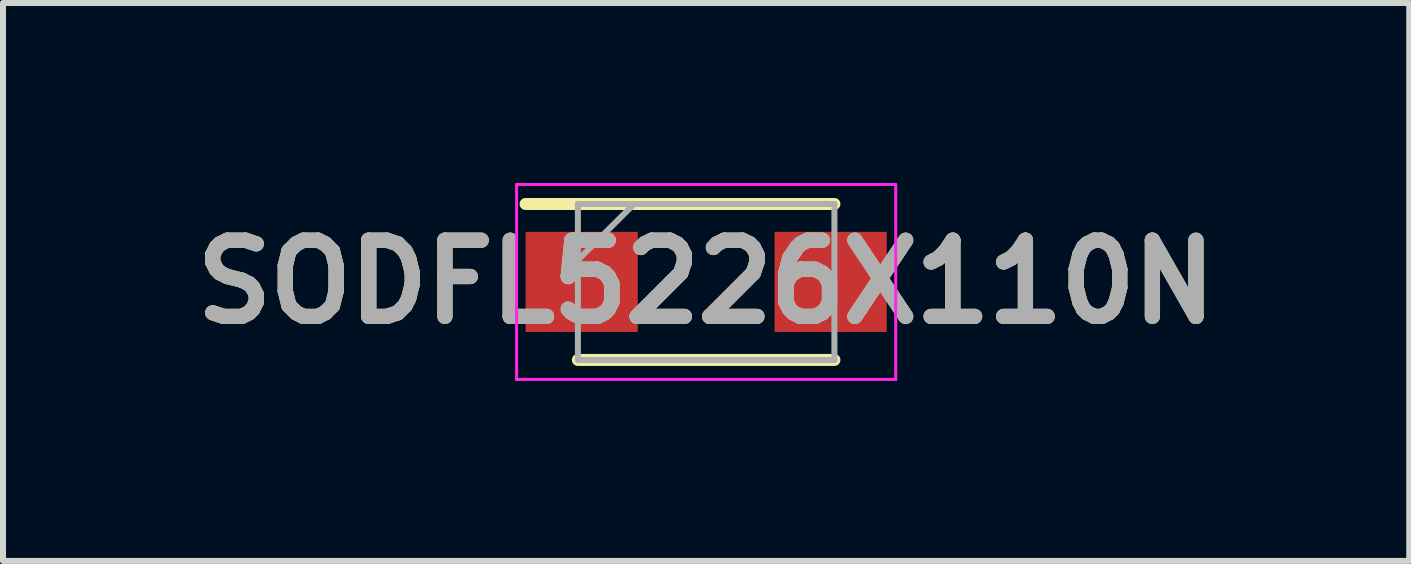
<source format=kicad_pcb>
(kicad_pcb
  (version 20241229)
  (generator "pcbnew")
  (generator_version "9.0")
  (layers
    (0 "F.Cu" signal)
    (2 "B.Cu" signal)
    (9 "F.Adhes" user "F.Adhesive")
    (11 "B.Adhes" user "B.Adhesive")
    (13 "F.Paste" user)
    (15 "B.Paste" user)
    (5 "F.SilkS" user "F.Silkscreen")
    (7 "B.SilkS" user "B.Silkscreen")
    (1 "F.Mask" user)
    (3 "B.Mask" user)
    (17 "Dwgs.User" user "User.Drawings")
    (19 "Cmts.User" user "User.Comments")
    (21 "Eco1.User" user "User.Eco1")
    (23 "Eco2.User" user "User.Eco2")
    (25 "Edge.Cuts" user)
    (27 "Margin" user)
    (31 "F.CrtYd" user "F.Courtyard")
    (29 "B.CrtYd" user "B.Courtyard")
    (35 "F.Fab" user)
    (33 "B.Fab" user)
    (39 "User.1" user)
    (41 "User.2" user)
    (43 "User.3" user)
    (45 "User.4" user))
  (footprint "SODFL5226X110N"
    (layer "F.Cu")
    (at 8.721 1.65)
    (property "Reference" "SODFL5226X110N" (at 0 0 0) (layer "F.SilkS") (effects (font (size 1.27 1.27) (thickness 0.254))))
    (attr smd)
    (fp_line (start -3.01 -1.3) (end 2.138 -1.3) (stroke (width 0.2) (type solid)) (layer "F.SilkS"))
    (fp_line (start -2.138 1.3) (end 2.138 1.3) (stroke (width 0.2) (type solid)) (layer "F.SilkS"))
    (fp_line (start -3.16 -1.625) (end 3.16 -1.625) (stroke (width 0.05) (type solid)) (layer "F.CrtYd"))
    (fp_line (start -3.16 1.625) (end -3.16 -1.625) (stroke (width 0.05) (type solid)) (layer "F.CrtYd"))
    (fp_line (start 3.16 -1.625) (end 3.16 1.625) (stroke (width 0.05) (type solid)) (layer "F.CrtYd"))
    (fp_line (start 3.16 1.625) (end -3.16 1.625) (stroke (width 0.05) (type solid)) (layer "F.CrtYd"))
    (fp_line (start -2.138 -1.3) (end 2.138 -1.3) (stroke (width 0.1) (type solid)) (layer "F.Fab"))
    (fp_line (start -2.138 -0.365) (end -1.202 -1.3) (stroke (width 0.1) (type solid)) (layer "F.Fab"))
    (fp_line (start -2.138 1.3) (end -2.138 -1.3) (stroke (width 0.1) (type solid)) (layer "F.Fab"))
    (fp_line (start 2.138 -1.3) (end 2.138 1.3) (stroke (width 0.1) (type solid)) (layer "F.Fab"))
    (fp_line (start 2.138 1.3) (end -2.138 1.3) (stroke (width 0.1) (type solid)) (layer "F.Fab"))
    (fp_text user "${REFERENCE}" (at 0 0 0) (layer "F.Fab") (effects (font (size 1.27 1.27) (thickness 0.254))))
    (pad "1" smd rect (at -2.075 0 90) (size 1.67 1.87) (layers "F.Cu" "F.Mask" "F.Paste"))
    (pad "2" smd rect (at 2.075 0 90) (size 1.67 1.87) (layers "F.Cu" "F.Mask" "F.Paste")))
  (gr_rect
    (start -3 -3)
    (end 20.441 6.3)
    (stroke (width 0.1) (type default))
    (fill no)
    (layer "Edge.Cuts")))
</source>
